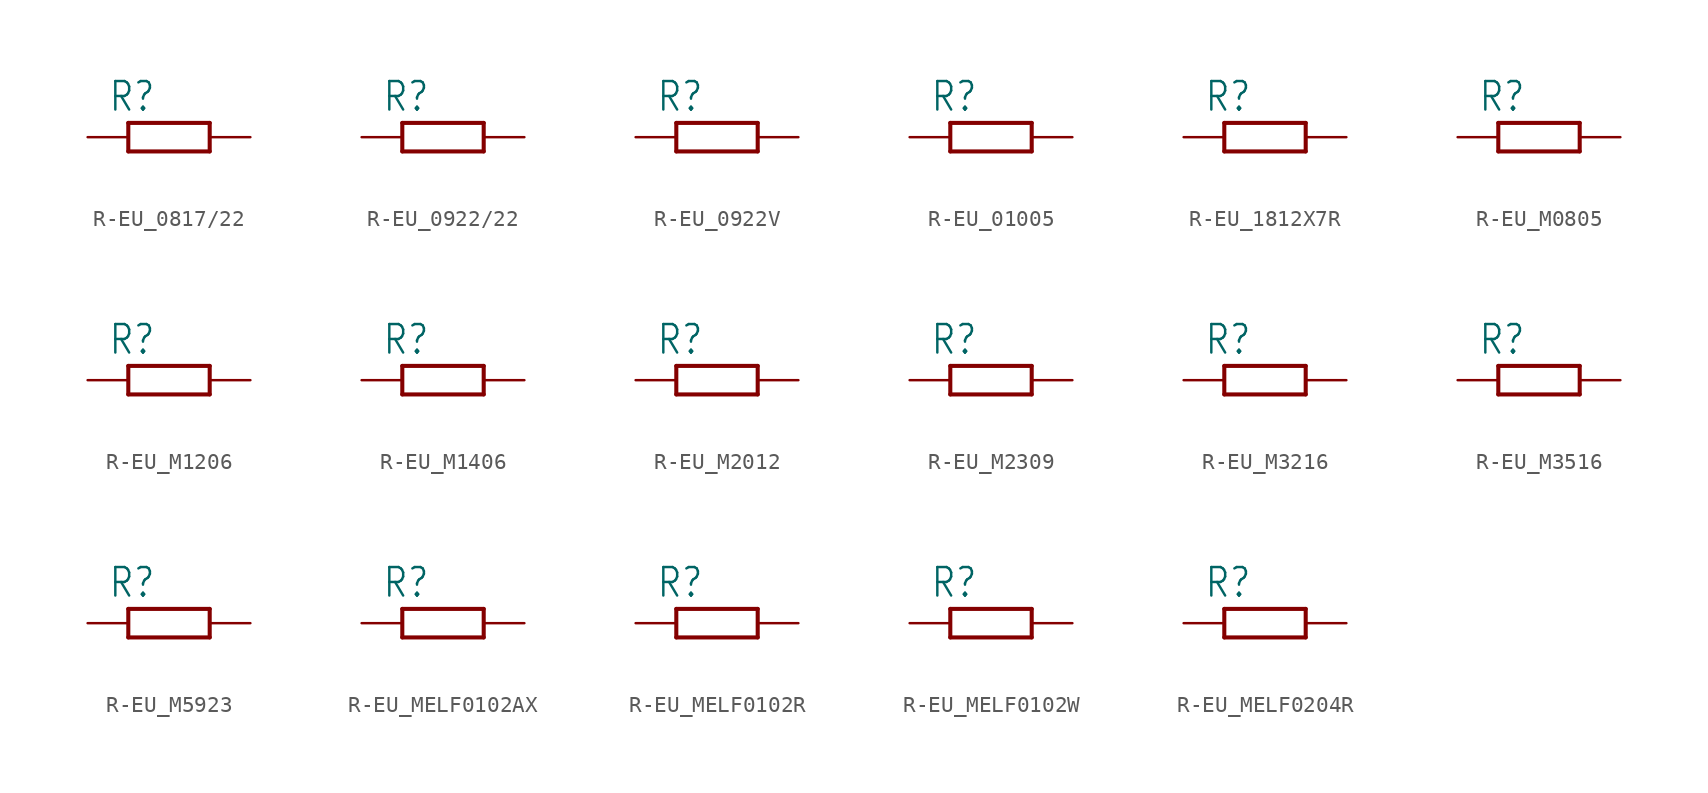
<source format=kicad_sym>
(kicad_symbol_lib
  (version 20241209)
  (generator "kicad_symbol_editor")
  (generator_version "9.0")
  (symbol "R-EU_0817/22"
    (property "Reference" "R"
      (at -3.81 1.499 0)
      (effects (font (size 1.778 1.511)) (justify left bottom)))
    (property "Value" ""
      (at -3.81 -3.302 0)
      (effects (font (size 1.778 1.511)) (justify left bottom)))
    (property "ki_locked" ""
      (at 0 0 0)
      (effects (font (size 1.27 1.27))))
    (symbol "R-EU_0817/22_1_0"
      (polyline (pts (xy -2.54 -0.889) (xy -2.54 0.889)) (stroke (width 0.254) (type solid)) (fill (type none)))
      (polyline (pts (xy -2.54 -0.889) (xy 2.54 -0.889)) (stroke (width 0.254) (type solid)) (fill (type none)))
      (polyline (pts (xy 2.54 0.889) (xy -2.54 0.889)) (stroke (width 0.254) (type solid)) (fill (type none)))
      (polyline (pts (xy 2.54 -0.889) (xy 2.54 0.889)) (stroke (width 0.254) (type solid)) (fill (type none)))
      (pin passive line (at -5.08 0 0) (length 2.54) (name "1" (effects (font (size 0 0)))) (number "1" (effects (font (size 0 0)))))
      (pin passive line (at 5.08 0 180) (length 2.54) (name "2" (effects (font (size 0 0)))) (number "2" (effects (font (size 0 0)))))))
  (symbol "R-EU_0922/22"
    (property "Reference" "R"
      (at -3.81 1.499 0)
      (effects (font (size 1.778 1.511)) (justify left bottom)))
    (property "Value" ""
      (at -3.81 -3.302 0)
      (effects (font (size 1.778 1.511)) (justify left bottom)))
    (property "ki_locked" ""
      (at 0 0 0)
      (effects (font (size 1.27 1.27))))
    (symbol "R-EU_0922/22_1_0"
      (polyline (pts (xy -2.54 -0.889) (xy -2.54 0.889)) (stroke (width 0.254) (type solid)) (fill (type none)))
      (polyline (pts (xy -2.54 -0.889) (xy 2.54 -0.889)) (stroke (width 0.254) (type solid)) (fill (type none)))
      (polyline (pts (xy 2.54 0.889) (xy -2.54 0.889)) (stroke (width 0.254) (type solid)) (fill (type none)))
      (polyline (pts (xy 2.54 -0.889) (xy 2.54 0.889)) (stroke (width 0.254) (type solid)) (fill (type none)))
      (pin passive line (at -5.08 0 0) (length 2.54) (name "1" (effects (font (size 0 0)))) (number "1" (effects (font (size 0 0)))))
      (pin passive line (at 5.08 0 180) (length 2.54) (name "2" (effects (font (size 0 0)))) (number "2" (effects (font (size 0 0)))))))
  (symbol "R-EU_0922V"
    (property "Reference" "R"
      (at -3.81 1.499 0)
      (effects (font (size 1.778 1.511)) (justify left bottom)))
    (property "Value" ""
      (at -3.81 -3.302 0)
      (effects (font (size 1.778 1.511)) (justify left bottom)))
    (property "ki_locked" ""
      (at 0 0 0)
      (effects (font (size 1.27 1.27))))
    (symbol "R-EU_0922V_1_0"
      (polyline (pts (xy -2.54 -0.889) (xy -2.54 0.889)) (stroke (width 0.254) (type solid)) (fill (type none)))
      (polyline (pts (xy -2.54 -0.889) (xy 2.54 -0.889)) (stroke (width 0.254) (type solid)) (fill (type none)))
      (polyline (pts (xy 2.54 0.889) (xy -2.54 0.889)) (stroke (width 0.254) (type solid)) (fill (type none)))
      (polyline (pts (xy 2.54 -0.889) (xy 2.54 0.889)) (stroke (width 0.254) (type solid)) (fill (type none)))
      (pin passive line (at -5.08 0 0) (length 2.54) (name "1" (effects (font (size 0 0)))) (number "1" (effects (font (size 0 0)))))
      (pin passive line (at 5.08 0 180) (length 2.54) (name "2" (effects (font (size 0 0)))) (number "2" (effects (font (size 0 0)))))))
  (symbol "R-EU_01005"
    (property "Reference" "R"
      (at -3.81 1.499 0)
      (effects (font (size 1.778 1.511)) (justify left bottom)))
    (property "Value" ""
      (at -3.81 -3.302 0)
      (effects (font (size 1.778 1.511)) (justify left bottom)))
    (property "ki_locked" ""
      (at 0 0 0)
      (effects (font (size 1.27 1.27))))
    (symbol "R-EU_01005_1_0"
      (polyline (pts (xy -2.54 -0.889) (xy -2.54 0.889)) (stroke (width 0.254) (type solid)) (fill (type none)))
      (polyline (pts (xy -2.54 -0.889) (xy 2.54 -0.889)) (stroke (width 0.254) (type solid)) (fill (type none)))
      (polyline (pts (xy 2.54 0.889) (xy -2.54 0.889)) (stroke (width 0.254) (type solid)) (fill (type none)))
      (polyline (pts (xy 2.54 -0.889) (xy 2.54 0.889)) (stroke (width 0.254) (type solid)) (fill (type none)))
      (pin passive line (at -5.08 0 0) (length 2.54) (name "1" (effects (font (size 0 0)))) (number "1" (effects (font (size 0 0)))))
      (pin passive line (at 5.08 0 180) (length 2.54) (name "2" (effects (font (size 0 0)))) (number "2" (effects (font (size 0 0)))))))
  (symbol "R-EU_1812X7R"
    (property "Reference" "R"
      (at -3.81 1.499 0)
      (effects (font (size 1.778 1.511)) (justify left bottom)))
    (property "Value" ""
      (at -3.81 -3.302 0)
      (effects (font (size 1.778 1.511)) (justify left bottom)))
    (property "ki_locked" ""
      (at 0 0 0)
      (effects (font (size 1.27 1.27))))
    (symbol "R-EU_1812X7R_1_0"
      (polyline (pts (xy -2.54 -0.889) (xy -2.54 0.889)) (stroke (width 0.254) (type solid)) (fill (type none)))
      (polyline (pts (xy -2.54 -0.889) (xy 2.54 -0.889)) (stroke (width 0.254) (type solid)) (fill (type none)))
      (polyline (pts (xy 2.54 0.889) (xy -2.54 0.889)) (stroke (width 0.254) (type solid)) (fill (type none)))
      (polyline (pts (xy 2.54 -0.889) (xy 2.54 0.889)) (stroke (width 0.254) (type solid)) (fill (type none)))
      (pin passive line (at -5.08 0 0) (length 2.54) (name "1" (effects (font (size 0 0)))) (number "1" (effects (font (size 0 0)))))
      (pin passive line (at 5.08 0 180) (length 2.54) (name "2" (effects (font (size 0 0)))) (number "2" (effects (font (size 0 0)))))))
  (symbol "R-EU_M0805"
    (property "Reference" "R"
      (at -3.81 1.499 0)
      (effects (font (size 1.778 1.511)) (justify left bottom)))
    (property "Value" ""
      (at -3.81 -3.302 0)
      (effects (font (size 1.778 1.511)) (justify left bottom)))
    (property "ki_locked" ""
      (at 0 0 0)
      (effects (font (size 1.27 1.27))))
    (symbol "R-EU_M0805_1_0"
      (polyline (pts (xy -2.54 -0.889) (xy -2.54 0.889)) (stroke (width 0.254) (type solid)) (fill (type none)))
      (polyline (pts (xy -2.54 -0.889) (xy 2.54 -0.889)) (stroke (width 0.254) (type solid)) (fill (type none)))
      (polyline (pts (xy 2.54 0.889) (xy -2.54 0.889)) (stroke (width 0.254) (type solid)) (fill (type none)))
      (polyline (pts (xy 2.54 -0.889) (xy 2.54 0.889)) (stroke (width 0.254) (type solid)) (fill (type none)))
      (pin passive line (at -5.08 0 0) (length 2.54) (name "1" (effects (font (size 0 0)))) (number "1" (effects (font (size 0 0)))))
      (pin passive line (at 5.08 0 180) (length 2.54) (name "2" (effects (font (size 0 0)))) (number "2" (effects (font (size 0 0)))))))
  (symbol "R-EU_M1206"
    (property "Reference" "R"
      (at -3.81 1.499 0)
      (effects (font (size 1.778 1.511)) (justify left bottom)))
    (property "Value" ""
      (at -3.81 -3.302 0)
      (effects (font (size 1.778 1.511)) (justify left bottom)))
    (property "ki_locked" ""
      (at 0 0 0)
      (effects (font (size 1.27 1.27))))
    (symbol "R-EU_M1206_1_0"
      (polyline (pts (xy -2.54 -0.889) (xy -2.54 0.889)) (stroke (width 0.254) (type solid)) (fill (type none)))
      (polyline (pts (xy -2.54 -0.889) (xy 2.54 -0.889)) (stroke (width 0.254) (type solid)) (fill (type none)))
      (polyline (pts (xy 2.54 0.889) (xy -2.54 0.889)) (stroke (width 0.254) (type solid)) (fill (type none)))
      (polyline (pts (xy 2.54 -0.889) (xy 2.54 0.889)) (stroke (width 0.254) (type solid)) (fill (type none)))
      (pin passive line (at -5.08 0 0) (length 2.54) (name "1" (effects (font (size 0 0)))) (number "1" (effects (font (size 0 0)))))
      (pin passive line (at 5.08 0 180) (length 2.54) (name "2" (effects (font (size 0 0)))) (number "2" (effects (font (size 0 0)))))))
  (symbol "R-EU_M1406"
    (property "Reference" "R"
      (at -3.81 1.499 0)
      (effects (font (size 1.778 1.511)) (justify left bottom)))
    (property "Value" ""
      (at -3.81 -3.302 0)
      (effects (font (size 1.778 1.511)) (justify left bottom)))
    (property "ki_locked" ""
      (at 0 0 0)
      (effects (font (size 1.27 1.27))))
    (symbol "R-EU_M1406_1_0"
      (polyline (pts (xy -2.54 -0.889) (xy -2.54 0.889)) (stroke (width 0.254) (type solid)) (fill (type none)))
      (polyline (pts (xy -2.54 -0.889) (xy 2.54 -0.889)) (stroke (width 0.254) (type solid)) (fill (type none)))
      (polyline (pts (xy 2.54 0.889) (xy -2.54 0.889)) (stroke (width 0.254) (type solid)) (fill (type none)))
      (polyline (pts (xy 2.54 -0.889) (xy 2.54 0.889)) (stroke (width 0.254) (type solid)) (fill (type none)))
      (pin passive line (at -5.08 0 0) (length 2.54) (name "1" (effects (font (size 0 0)))) (number "1" (effects (font (size 0 0)))))
      (pin passive line (at 5.08 0 180) (length 2.54) (name "2" (effects (font (size 0 0)))) (number "2" (effects (font (size 0 0)))))))
  (symbol "R-EU_M2012"
    (property "Reference" "R"
      (at -3.81 1.499 0)
      (effects (font (size 1.778 1.511)) (justify left bottom)))
    (property "Value" ""
      (at -3.81 -3.302 0)
      (effects (font (size 1.778 1.511)) (justify left bottom)))
    (property "ki_locked" ""
      (at 0 0 0)
      (effects (font (size 1.27 1.27))))
    (symbol "R-EU_M2012_1_0"
      (polyline (pts (xy -2.54 -0.889) (xy -2.54 0.889)) (stroke (width 0.254) (type solid)) (fill (type none)))
      (polyline (pts (xy -2.54 -0.889) (xy 2.54 -0.889)) (stroke (width 0.254) (type solid)) (fill (type none)))
      (polyline (pts (xy 2.54 0.889) (xy -2.54 0.889)) (stroke (width 0.254) (type solid)) (fill (type none)))
      (polyline (pts (xy 2.54 -0.889) (xy 2.54 0.889)) (stroke (width 0.254) (type solid)) (fill (type none)))
      (pin passive line (at -5.08 0 0) (length 2.54) (name "1" (effects (font (size 0 0)))) (number "1" (effects (font (size 0 0)))))
      (pin passive line (at 5.08 0 180) (length 2.54) (name "2" (effects (font (size 0 0)))) (number "2" (effects (font (size 0 0)))))))
  (symbol "R-EU_M2309"
    (property "Reference" "R"
      (at -3.81 1.499 0)
      (effects (font (size 1.778 1.511)) (justify left bottom)))
    (property "Value" ""
      (at -3.81 -3.302 0)
      (effects (font (size 1.778 1.511)) (justify left bottom)))
    (property "ki_locked" ""
      (at 0 0 0)
      (effects (font (size 1.27 1.27))))
    (symbol "R-EU_M2309_1_0"
      (polyline (pts (xy -2.54 -0.889) (xy -2.54 0.889)) (stroke (width 0.254) (type solid)) (fill (type none)))
      (polyline (pts (xy -2.54 -0.889) (xy 2.54 -0.889)) (stroke (width 0.254) (type solid)) (fill (type none)))
      (polyline (pts (xy 2.54 0.889) (xy -2.54 0.889)) (stroke (width 0.254) (type solid)) (fill (type none)))
      (polyline (pts (xy 2.54 -0.889) (xy 2.54 0.889)) (stroke (width 0.254) (type solid)) (fill (type none)))
      (pin passive line (at -5.08 0 0) (length 2.54) (name "1" (effects (font (size 0 0)))) (number "1" (effects (font (size 0 0)))))
      (pin passive line (at 5.08 0 180) (length 2.54) (name "2" (effects (font (size 0 0)))) (number "2" (effects (font (size 0 0)))))))
  (symbol "R-EU_M3216"
    (property "Reference" "R"
      (at -3.81 1.499 0)
      (effects (font (size 1.778 1.511)) (justify left bottom)))
    (property "Value" ""
      (at -3.81 -3.302 0)
      (effects (font (size 1.778 1.511)) (justify left bottom)))
    (property "ki_locked" ""
      (at 0 0 0)
      (effects (font (size 1.27 1.27))))
    (symbol "R-EU_M3216_1_0"
      (polyline (pts (xy -2.54 -0.889) (xy -2.54 0.889)) (stroke (width 0.254) (type solid)) (fill (type none)))
      (polyline (pts (xy -2.54 -0.889) (xy 2.54 -0.889)) (stroke (width 0.254) (type solid)) (fill (type none)))
      (polyline (pts (xy 2.54 0.889) (xy -2.54 0.889)) (stroke (width 0.254) (type solid)) (fill (type none)))
      (polyline (pts (xy 2.54 -0.889) (xy 2.54 0.889)) (stroke (width 0.254) (type solid)) (fill (type none)))
      (pin passive line (at -5.08 0 0) (length 2.54) (name "1" (effects (font (size 0 0)))) (number "1" (effects (font (size 0 0)))))
      (pin passive line (at 5.08 0 180) (length 2.54) (name "2" (effects (font (size 0 0)))) (number "2" (effects (font (size 0 0)))))))
  (symbol "R-EU_M3516"
    (property "Reference" "R"
      (at -3.81 1.499 0)
      (effects (font (size 1.778 1.511)) (justify left bottom)))
    (property "Value" ""
      (at -3.81 -3.302 0)
      (effects (font (size 1.778 1.511)) (justify left bottom)))
    (property "ki_locked" ""
      (at 0 0 0)
      (effects (font (size 1.27 1.27))))
    (symbol "R-EU_M3516_1_0"
      (polyline (pts (xy -2.54 -0.889) (xy -2.54 0.889)) (stroke (width 0.254) (type solid)) (fill (type none)))
      (polyline (pts (xy -2.54 -0.889) (xy 2.54 -0.889)) (stroke (width 0.254) (type solid)) (fill (type none)))
      (polyline (pts (xy 2.54 0.889) (xy -2.54 0.889)) (stroke (width 0.254) (type solid)) (fill (type none)))
      (polyline (pts (xy 2.54 -0.889) (xy 2.54 0.889)) (stroke (width 0.254) (type solid)) (fill (type none)))
      (pin passive line (at -5.08 0 0) (length 2.54) (name "1" (effects (font (size 0 0)))) (number "1" (effects (font (size 0 0)))))
      (pin passive line (at 5.08 0 180) (length 2.54) (name "2" (effects (font (size 0 0)))) (number "2" (effects (font (size 0 0)))))))
  (symbol "R-EU_M5923"
    (property "Reference" "R"
      (at -3.81 1.499 0)
      (effects (font (size 1.778 1.511)) (justify left bottom)))
    (property "Value" ""
      (at -3.81 -3.302 0)
      (effects (font (size 1.778 1.511)) (justify left bottom)))
    (property "ki_locked" ""
      (at 0 0 0)
      (effects (font (size 1.27 1.27))))
    (symbol "R-EU_M5923_1_0"
      (polyline (pts (xy -2.54 -0.889) (xy -2.54 0.889)) (stroke (width 0.254) (type solid)) (fill (type none)))
      (polyline (pts (xy -2.54 -0.889) (xy 2.54 -0.889)) (stroke (width 0.254) (type solid)) (fill (type none)))
      (polyline (pts (xy 2.54 0.889) (xy -2.54 0.889)) (stroke (width 0.254) (type solid)) (fill (type none)))
      (polyline (pts (xy 2.54 -0.889) (xy 2.54 0.889)) (stroke (width 0.254) (type solid)) (fill (type none)))
      (pin passive line (at -5.08 0 0) (length 2.54) (name "1" (effects (font (size 0 0)))) (number "1" (effects (font (size 0 0)))))
      (pin passive line (at 5.08 0 180) (length 2.54) (name "2" (effects (font (size 0 0)))) (number "2" (effects (font (size 0 0)))))))
  (symbol "R-EU_MELF0102AX"
    (property "Reference" "R"
      (at -3.81 1.499 0)
      (effects (font (size 1.778 1.511)) (justify left bottom)))
    (property "Value" ""
      (at -3.81 -3.302 0)
      (effects (font (size 1.778 1.511)) (justify left bottom)))
    (property "ki_locked" ""
      (at 0 0 0)
      (effects (font (size 1.27 1.27))))
    (symbol "R-EU_MELF0102AX_1_0"
      (polyline (pts (xy -2.54 -0.889) (xy -2.54 0.889)) (stroke (width 0.254) (type solid)) (fill (type none)))
      (polyline (pts (xy -2.54 -0.889) (xy 2.54 -0.889)) (stroke (width 0.254) (type solid)) (fill (type none)))
      (polyline (pts (xy 2.54 0.889) (xy -2.54 0.889)) (stroke (width 0.254) (type solid)) (fill (type none)))
      (polyline (pts (xy 2.54 -0.889) (xy 2.54 0.889)) (stroke (width 0.254) (type solid)) (fill (type none)))
      (pin passive line (at -5.08 0 0) (length 2.54) (name "1" (effects (font (size 0 0)))) (number "1" (effects (font (size 0 0)))))
      (pin passive line (at 5.08 0 180) (length 2.54) (name "2" (effects (font (size 0 0)))) (number "2" (effects (font (size 0 0)))))))
  (symbol "R-EU_MELF0102R"
    (property "Reference" "R"
      (at -3.81 1.499 0)
      (effects (font (size 1.778 1.511)) (justify left bottom)))
    (property "Value" ""
      (at -3.81 -3.302 0)
      (effects (font (size 1.778 1.511)) (justify left bottom)))
    (property "ki_locked" ""
      (at 0 0 0)
      (effects (font (size 1.27 1.27))))
    (symbol "R-EU_MELF0102R_1_0"
      (polyline (pts (xy -2.54 -0.889) (xy -2.54 0.889)) (stroke (width 0.254) (type solid)) (fill (type none)))
      (polyline (pts (xy -2.54 -0.889) (xy 2.54 -0.889)) (stroke (width 0.254) (type solid)) (fill (type none)))
      (polyline (pts (xy 2.54 0.889) (xy -2.54 0.889)) (stroke (width 0.254) (type solid)) (fill (type none)))
      (polyline (pts (xy 2.54 -0.889) (xy 2.54 0.889)) (stroke (width 0.254) (type solid)) (fill (type none)))
      (pin passive line (at -5.08 0 0) (length 2.54) (name "1" (effects (font (size 0 0)))) (number "1" (effects (font (size 0 0)))))
      (pin passive line (at 5.08 0 180) (length 2.54) (name "2" (effects (font (size 0 0)))) (number "2" (effects (font (size 0 0)))))))
  (symbol "R-EU_MELF0102W"
    (property "Reference" "R"
      (at -3.81 1.499 0)
      (effects (font (size 1.778 1.511)) (justify left bottom)))
    (property "Value" ""
      (at -3.81 -3.302 0)
      (effects (font (size 1.778 1.511)) (justify left bottom)))
    (property "ki_locked" ""
      (at 0 0 0)
      (effects (font (size 1.27 1.27))))
    (symbol "R-EU_MELF0102W_1_0"
      (polyline (pts (xy -2.54 -0.889) (xy -2.54 0.889)) (stroke (width 0.254) (type solid)) (fill (type none)))
      (polyline (pts (xy -2.54 -0.889) (xy 2.54 -0.889)) (stroke (width 0.254) (type solid)) (fill (type none)))
      (polyline (pts (xy 2.54 0.889) (xy -2.54 0.889)) (stroke (width 0.254) (type solid)) (fill (type none)))
      (polyline (pts (xy 2.54 -0.889) (xy 2.54 0.889)) (stroke (width 0.254) (type solid)) (fill (type none)))
      (pin passive line (at -5.08 0 0) (length 2.54) (name "1" (effects (font (size 0 0)))) (number "1" (effects (font (size 0 0)))))
      (pin passive line (at 5.08 0 180) (length 2.54) (name "2" (effects (font (size 0 0)))) (number "2" (effects (font (size 0 0)))))))
  (symbol "R-EU_MELF0204R"
    (property "Reference" "R"
      (at -3.81 1.499 0)
      (effects (font (size 1.778 1.511)) (justify left bottom)))
    (property "Value" ""
      (at -3.81 -3.302 0)
      (effects (font (size 1.778 1.511)) (justify left bottom)))
    (property "ki_locked" ""
      (at 0 0 0)
      (effects (font (size 1.27 1.27))))
    (symbol "R-EU_MELF0204R_1_0"
      (polyline (pts (xy -2.54 -0.889) (xy -2.54 0.889)) (stroke (width 0.254) (type solid)) (fill (type none)))
      (polyline (pts (xy -2.54 -0.889) (xy 2.54 -0.889)) (stroke (width 0.254) (type solid)) (fill (type none)))
      (polyline (pts (xy 2.54 0.889) (xy -2.54 0.889)) (stroke (width 0.254) (type solid)) (fill (type none)))
      (polyline (pts (xy 2.54 -0.889) (xy 2.54 0.889)) (stroke (width 0.254) (type solid)) (fill (type none)))
      (pin passive line (at -5.08 0 0) (length 2.54) (name "1" (effects (font (size 0 0)))) (number "1" (effects (font (size 0 0)))))
      (pin passive line (at 5.08 0 180) (length 2.54) (name "2" (effects (font (size 0 0)))) (number "2" (effects (font (size 0 0))))))))
</source>
